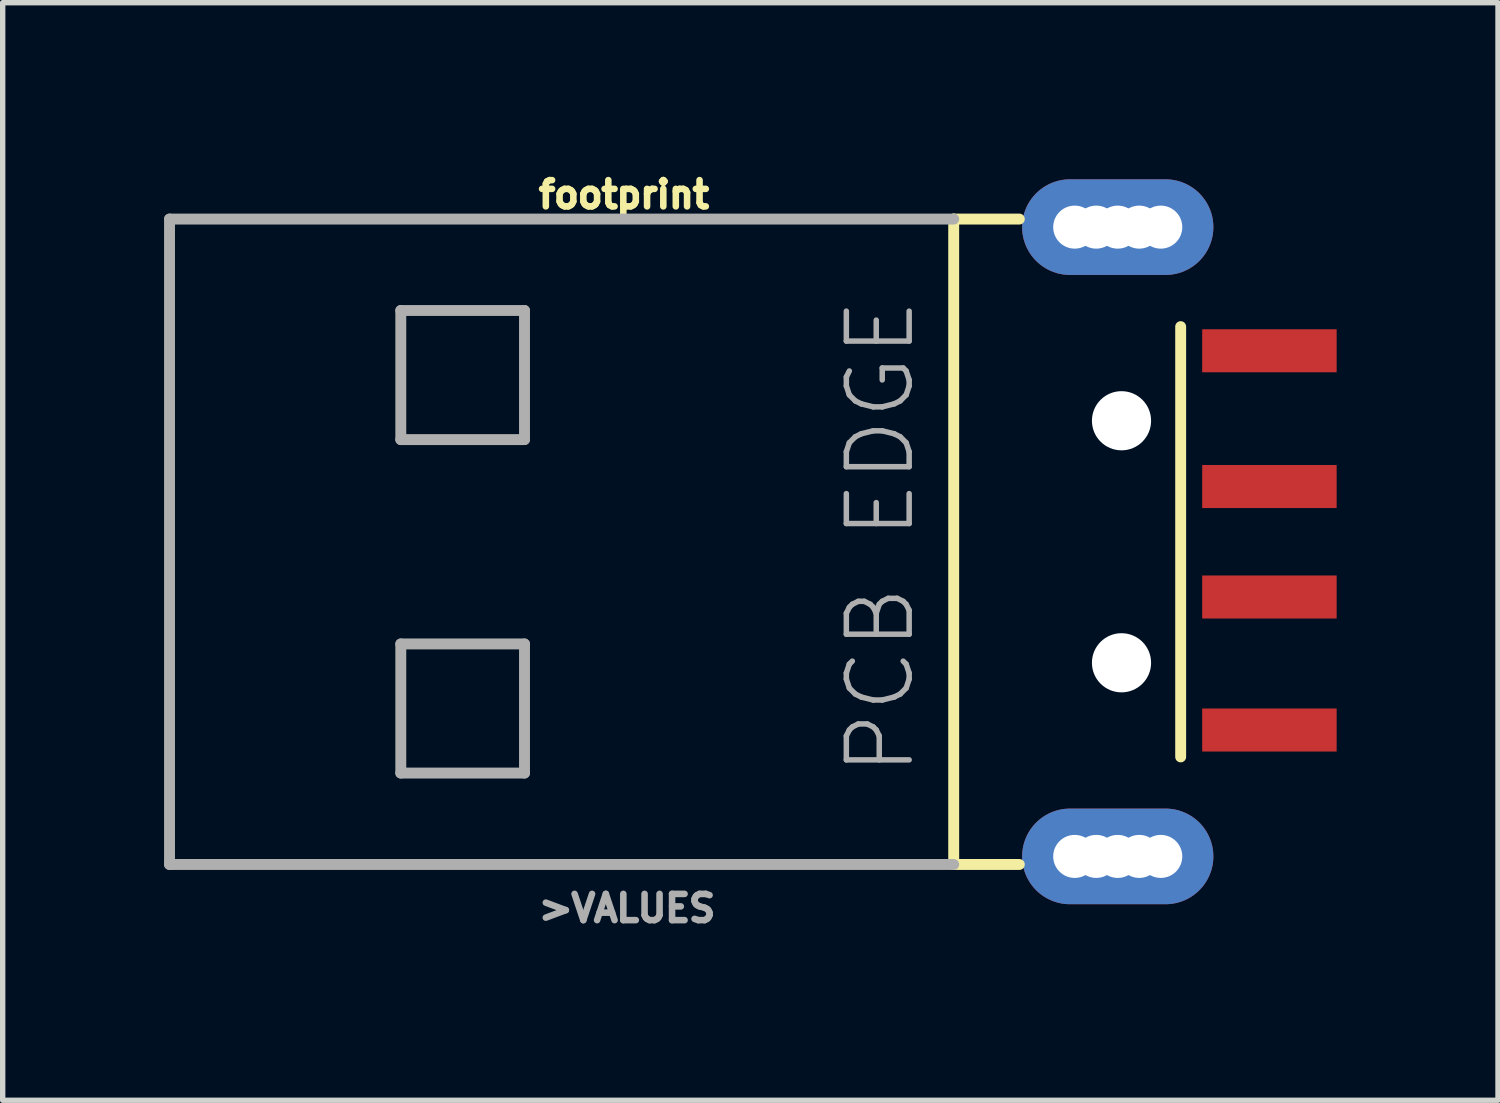
<source format=kicad_pcb>
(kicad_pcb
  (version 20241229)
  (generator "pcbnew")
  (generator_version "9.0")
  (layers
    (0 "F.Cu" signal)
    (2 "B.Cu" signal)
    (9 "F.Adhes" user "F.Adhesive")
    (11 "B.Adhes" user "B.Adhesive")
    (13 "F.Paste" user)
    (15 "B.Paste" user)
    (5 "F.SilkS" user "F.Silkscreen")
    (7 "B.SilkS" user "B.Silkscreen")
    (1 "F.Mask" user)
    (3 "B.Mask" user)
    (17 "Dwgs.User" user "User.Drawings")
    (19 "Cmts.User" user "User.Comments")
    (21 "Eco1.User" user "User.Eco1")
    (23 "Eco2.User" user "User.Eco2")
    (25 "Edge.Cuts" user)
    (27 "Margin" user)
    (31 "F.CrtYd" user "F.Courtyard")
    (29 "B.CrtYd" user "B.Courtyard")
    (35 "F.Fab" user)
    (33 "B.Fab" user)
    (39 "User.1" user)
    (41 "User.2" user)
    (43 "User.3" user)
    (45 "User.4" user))
  (footprint "footprint"
    (layer "F.Cu")
    (at 9.602 7.023)
    (property "Reference" "footprint" (at -2.7 -6.17 0) (layer "F.SilkS") (effects (font (size 0.488 0.488) (thickness 0.122)) (justify left bottom)))
    (fp_line (start 5.08 -6) (end 5.08 6) (stroke (width 0.203) (type solid)) (layer "F.SilkS"))
    (fp_line (start 5.08 -6) (end 6.3 -6) (stroke (width 0.203) (type solid)) (layer "F.SilkS"))
    (fp_line (start 5.08 6) (end 6.3 6) (stroke (width 0.203) (type solid)) (layer "F.SilkS"))
    (fp_line (start 9.3 4) (end 9.3 -4) (stroke (width 0.203) (type solid)) (layer "F.SilkS"))
    (fp_line (start -9.5 -6) (end -9.5 6) (stroke (width 0.203) (type solid)) (layer "F.Fab"))
    (fp_line (start -5.2 -4.3) (end -5.2 -1.9) (stroke (width 0.203) (type solid)) (layer "F.Fab"))
    (fp_line (start -5.2 -1.9) (end -2.9 -1.9) (stroke (width 0.203) (type solid)) (layer "F.Fab"))
    (fp_line (start -5.2 1.9) (end -5.2 4.3) (stroke (width 0.203) (type solid)) (layer "F.Fab"))
    (fp_line (start -5.2 4.3) (end -2.9 4.3) (stroke (width 0.203) (type solid)) (layer "F.Fab"))
    (fp_line (start -2.9 -4.3) (end -5.2 -4.3) (stroke (width 0.203) (type solid)) (layer "F.Fab"))
    (fp_line (start -2.9 -1.9) (end -2.9 -4.3) (stroke (width 0.203) (type solid)) (layer "F.Fab"))
    (fp_line (start -2.9 1.9) (end -5.2 1.9) (stroke (width 0.203) (type solid)) (layer "F.Fab"))
    (fp_line (start -2.9 4.3) (end -2.9 1.9) (stroke (width 0.203) (type solid)) (layer "F.Fab"))
    (fp_line (start 5.08 -6) (end -9.5 -6) (stroke (width 0.203) (type solid)) (layer "F.Fab"))
    (fp_line (start 5.08 6) (end -9.5 6) (stroke (width 0.203) (type solid)) (layer "F.Fab"))
    (fp_text user "PCB EDGE" (at 4.4 4.4 90) (layer "F.Fab") (effects (font (size 1.168 1.168) (thickness 0.102)) (justify left bottom)))
    (fp_text user ">VALUES" (at -2.7 6.53 0) (layer "F.Fab") (effects (font (size 0.488 0.488) (thickness 0.122)) (justify left top)))
    (pad "" np_thru_hole circle (at 7.33 -5.85) (size 0.8 0.8) (drill 0.8) (layers "*.Cu" "*.Mask"))
    (pad "" np_thru_hole circle (at 7.33 5.85) (size 0.8 0.8) (drill 0.8) (layers "*.Cu" "*.Mask"))
    (pad "" np_thru_hole circle (at 7.73 -5.85) (size 0.8 0.8) (drill 0.8) (layers "*.Cu" "*.Mask"))
    (pad "" np_thru_hole circle (at 7.73 5.85) (size 0.8 0.8) (drill 0.8) (layers "*.Cu" "*.Mask"))
    (pad "" np_thru_hole circle (at 8.2 -2.25) (size 1.1 1.1) (drill 1.1) (layers "*.Cu" "*.Mask"))
    (pad "" np_thru_hole circle (at 8.2 2.25) (size 1.1 1.1) (drill 1.1) (layers "*.Cu" "*.Mask"))
    (pad "" np_thru_hole circle (at 8.53 -5.85) (size 0.8 0.8) (drill 0.8) (layers "*.Cu" "*.Mask"))
    (pad "" np_thru_hole circle (at 8.53 5.85) (size 0.8 0.8) (drill 0.8) (layers "*.Cu" "*.Mask"))
    (pad "" np_thru_hole circle (at 8.93 -5.85) (size 0.8 0.8) (drill 0.8) (layers "*.Cu" "*.Mask"))
    (pad "" np_thru_hole circle (at 8.93 5.85) (size 0.8 0.8) (drill 0.8) (layers "*.Cu" "*.Mask"))
    (pad "D+1" smd rect (at 10.95 -1.027) (size 2.5 0.8) (layers "F.Cu" "F.Mask" "F.Paste"))
    (pad "D-1" smd rect (at 10.95 1.027) (size 2.5 0.8) (layers "F.Cu" "F.Mask" "F.Paste"))
    (pad "GND1" smd rect (at 10.95 -3.551) (size 2.5 0.8) (layers "F.Cu" "F.Mask" "F.Paste"))
    (pad "SHLD1" thru_hole oval (at 8.13 5.85 180) (size 3.556 1.778) (drill 0.8) (layers "*.Cu" "*.Mask"))
    (pad "SHLD2" thru_hole oval (at 8.13 -5.85 180) (size 3.556 1.778) (drill 0.8) (layers "*.Cu" "*.Mask"))
    (pad "VBUS1" smd rect (at 10.95 3.5) (size 2.5 0.8) (layers "F.Cu" "F.Mask" "F.Paste")))
  (gr_rect
    (start -3 -3)
    (end 24.802 17.407)
    (stroke (width 0.1) (type default))
    (fill no)
    (layer "Edge.Cuts")))
</source>
